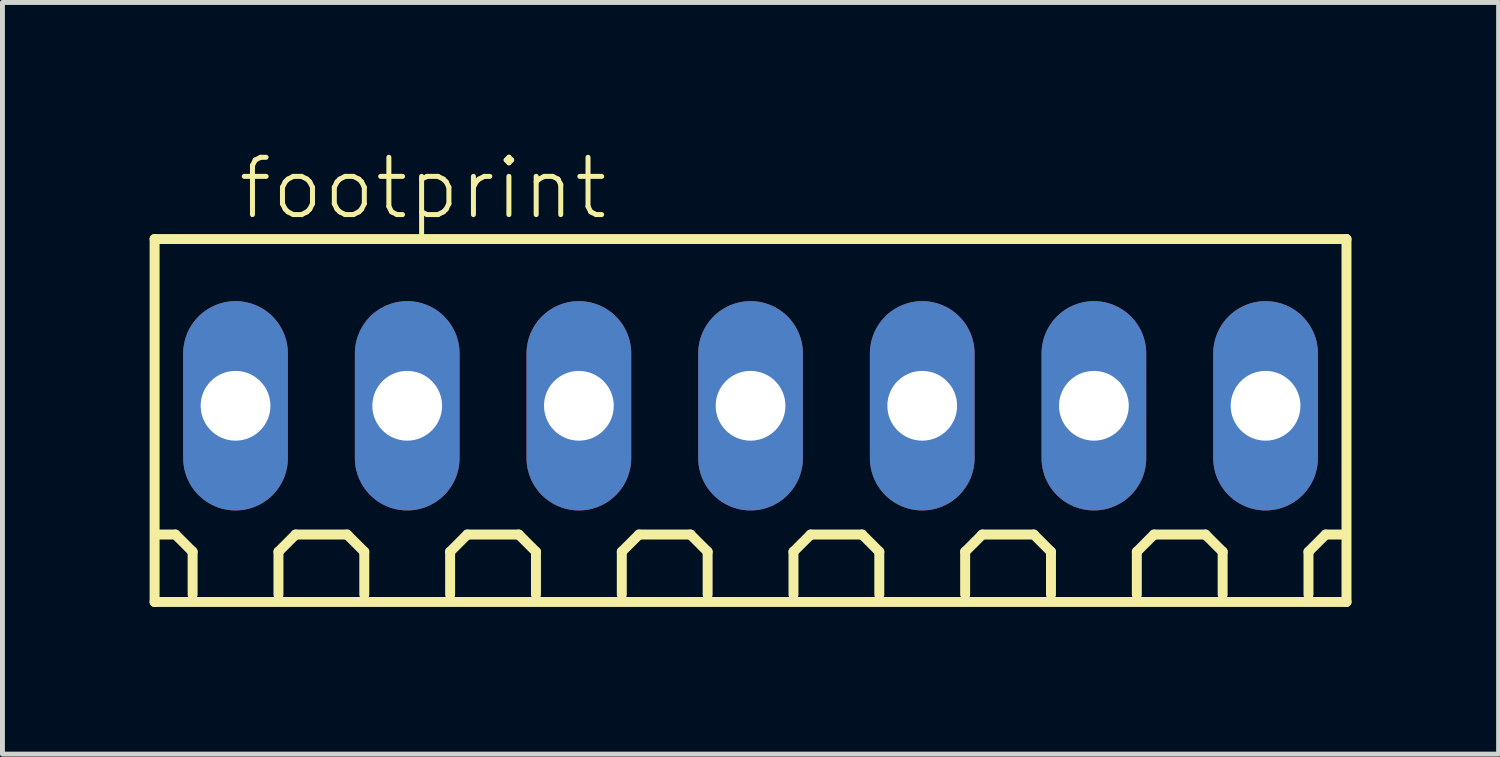
<source format=kicad_pcb>
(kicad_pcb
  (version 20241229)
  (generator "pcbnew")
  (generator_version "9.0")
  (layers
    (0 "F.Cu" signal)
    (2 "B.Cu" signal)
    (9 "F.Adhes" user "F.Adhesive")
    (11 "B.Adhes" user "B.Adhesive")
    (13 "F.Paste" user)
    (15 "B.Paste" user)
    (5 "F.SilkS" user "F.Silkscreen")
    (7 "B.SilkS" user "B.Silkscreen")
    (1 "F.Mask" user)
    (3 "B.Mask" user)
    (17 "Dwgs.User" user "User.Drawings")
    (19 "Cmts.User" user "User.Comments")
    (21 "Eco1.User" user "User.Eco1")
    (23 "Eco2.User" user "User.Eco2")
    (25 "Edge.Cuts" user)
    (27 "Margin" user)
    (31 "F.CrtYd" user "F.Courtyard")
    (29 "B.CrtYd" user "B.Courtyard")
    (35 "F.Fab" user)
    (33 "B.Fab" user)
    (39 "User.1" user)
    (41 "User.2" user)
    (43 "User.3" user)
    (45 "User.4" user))
  (footprint "footprint"
    (layer "F.Cu")
    (at 12.252 5.223)
    (property "Reference" "footprint" (at -10.5 -3.75 0) (layer "F.SilkS") (effects (font (size 1.168 1.168) (thickness 0.102)) (justify left bottom)))
    (fp_line (start -12.15 -3.4) (end 12.15 -3.4) (stroke (width 0.203) (type solid)) (layer "F.SilkS"))
    (fp_line (start -12.15 4) (end -12.15 -3.4) (stroke (width 0.203) (type solid)) (layer "F.SilkS"))
    (fp_line (start -11.725 2.625) (end -12.075 2.625) (stroke (width 0.203) (type solid)) (layer "F.SilkS"))
    (fp_line (start -11.375 2.975) (end -11.725 2.625) (stroke (width 0.203) (type solid)) (layer "F.SilkS"))
    (fp_line (start -11.375 3.85) (end -11.375 2.975) (stroke (width 0.203) (type solid)) (layer "F.SilkS"))
    (fp_line (start -9.625 2.975) (end -9.275 2.625) (stroke (width 0.203) (type solid)) (layer "F.SilkS"))
    (fp_line (start -9.625 3.85) (end -9.625 2.975) (stroke (width 0.203) (type solid)) (layer "F.SilkS"))
    (fp_line (start -9.275 2.625) (end -8.225 2.625) (stroke (width 0.203) (type solid)) (layer "F.SilkS"))
    (fp_line (start -8.225 2.625) (end -7.875 2.975) (stroke (width 0.203) (type solid)) (layer "F.SilkS"))
    (fp_line (start -7.875 2.975) (end -7.875 3.85) (stroke (width 0.203) (type solid)) (layer "F.SilkS"))
    (fp_line (start -6.125 2.975) (end -5.775 2.625) (stroke (width 0.203) (type solid)) (layer "F.SilkS"))
    (fp_line (start -6.125 3.85) (end -6.125 2.975) (stroke (width 0.203) (type solid)) (layer "F.SilkS"))
    (fp_line (start -5.775 2.625) (end -4.725 2.625) (stroke (width 0.203) (type solid)) (layer "F.SilkS"))
    (fp_line (start -4.725 2.625) (end -4.375 2.975) (stroke (width 0.203) (type solid)) (layer "F.SilkS"))
    (fp_line (start -4.375 2.975) (end -4.375 3.85) (stroke (width 0.203) (type solid)) (layer "F.SilkS"))
    (fp_line (start -2.625 2.975) (end -2.275 2.625) (stroke (width 0.203) (type solid)) (layer "F.SilkS"))
    (fp_line (start -2.625 3.85) (end -2.625 2.975) (stroke (width 0.203) (type solid)) (layer "F.SilkS"))
    (fp_line (start -2.275 2.625) (end -1.225 2.625) (stroke (width 0.203) (type solid)) (layer "F.SilkS"))
    (fp_line (start -1.225 2.625) (end -0.875 2.975) (stroke (width 0.203) (type solid)) (layer "F.SilkS"))
    (fp_line (start -0.875 2.975) (end -0.875 3.85) (stroke (width 0.203) (type solid)) (layer "F.SilkS"))
    (fp_line (start 0.875 2.975) (end 1.225 2.625) (stroke (width 0.203) (type solid)) (layer "F.SilkS"))
    (fp_line (start 0.875 3.85) (end 0.875 2.975) (stroke (width 0.203) (type solid)) (layer "F.SilkS"))
    (fp_line (start 1.225 2.625) (end 2.275 2.625) (stroke (width 0.203) (type solid)) (layer "F.SilkS"))
    (fp_line (start 2.275 2.625) (end 2.625 2.975) (stroke (width 0.203) (type solid)) (layer "F.SilkS"))
    (fp_line (start 2.625 2.975) (end 2.625 3.85) (stroke (width 0.203) (type solid)) (layer "F.SilkS"))
    (fp_line (start 4.375 2.975) (end 4.725 2.625) (stroke (width 0.203) (type solid)) (layer "F.SilkS"))
    (fp_line (start 4.375 3.85) (end 4.375 2.975) (stroke (width 0.203) (type solid)) (layer "F.SilkS"))
    (fp_line (start 4.725 2.625) (end 5.775 2.625) (stroke (width 0.203) (type solid)) (layer "F.SilkS"))
    (fp_line (start 5.775 2.625) (end 6.125 2.975) (stroke (width 0.203) (type solid)) (layer "F.SilkS"))
    (fp_line (start 6.125 2.975) (end 6.125 3.85) (stroke (width 0.203) (type solid)) (layer "F.SilkS"))
    (fp_line (start 7.875 2.975) (end 8.225 2.625) (stroke (width 0.203) (type solid)) (layer "F.SilkS"))
    (fp_line (start 7.875 3.85) (end 7.875 2.975) (stroke (width 0.203) (type solid)) (layer "F.SilkS"))
    (fp_line (start 8.225 2.625) (end 9.275 2.625) (stroke (width 0.203) (type solid)) (layer "F.SilkS"))
    (fp_line (start 9.275 2.625) (end 9.625 2.975) (stroke (width 0.203) (type solid)) (layer "F.SilkS"))
    (fp_line (start 9.625 2.975) (end 9.625 3.85) (stroke (width 0.203) (type solid)) (layer "F.SilkS"))
    (fp_line (start 11.375 2.975) (end 11.725 2.625) (stroke (width 0.203) (type solid)) (layer "F.SilkS"))
    (fp_line (start 11.375 3.85) (end 11.375 2.975) (stroke (width 0.203) (type solid)) (layer "F.SilkS"))
    (fp_line (start 11.725 2.625) (end 12.075 2.625) (stroke (width 0.203) (type solid)) (layer "F.SilkS"))
    (fp_line (start 12.15 -3.4) (end 12.15 4) (stroke (width 0.203) (type solid)) (layer "F.SilkS"))
    (fp_line (start 12.15 4) (end -12.15 4) (stroke (width 0.203) (type solid)) (layer "F.SilkS"))
    (pad "1" thru_hole oval (at -10.5 0 90) (size 4.267 2.134) (drill 1.422) (layers "*.Cu" "*.Mask"))
    (pad "2" thru_hole oval (at -7 0 90) (size 4.267 2.134) (drill 1.422) (layers "*.Cu" "*.Mask"))
    (pad "3" thru_hole oval (at -3.5 0 90) (size 4.267 2.134) (drill 1.422) (layers "*.Cu" "*.Mask"))
    (pad "4" thru_hole oval (at 0 0 90) (size 4.267 2.134) (drill 1.422) (layers "*.Cu" "*.Mask"))
    (pad "5" thru_hole oval (at 3.5 0 90) (size 4.267 2.134) (drill 1.422) (layers "*.Cu" "*.Mask"))
    (pad "6" thru_hole oval (at 7 0 90) (size 4.267 2.134) (drill 1.422) (layers "*.Cu" "*.Mask"))
    (pad "7" thru_hole oval (at 10.5 0 90) (size 4.267 2.134) (drill 1.422) (layers "*.Cu" "*.Mask")))
  (gr_rect
    (start -3 -3)
    (end 27.503 12.325)
    (stroke (width 0.1) (type default))
    (fill no)
    (layer "Edge.Cuts")))
</source>
